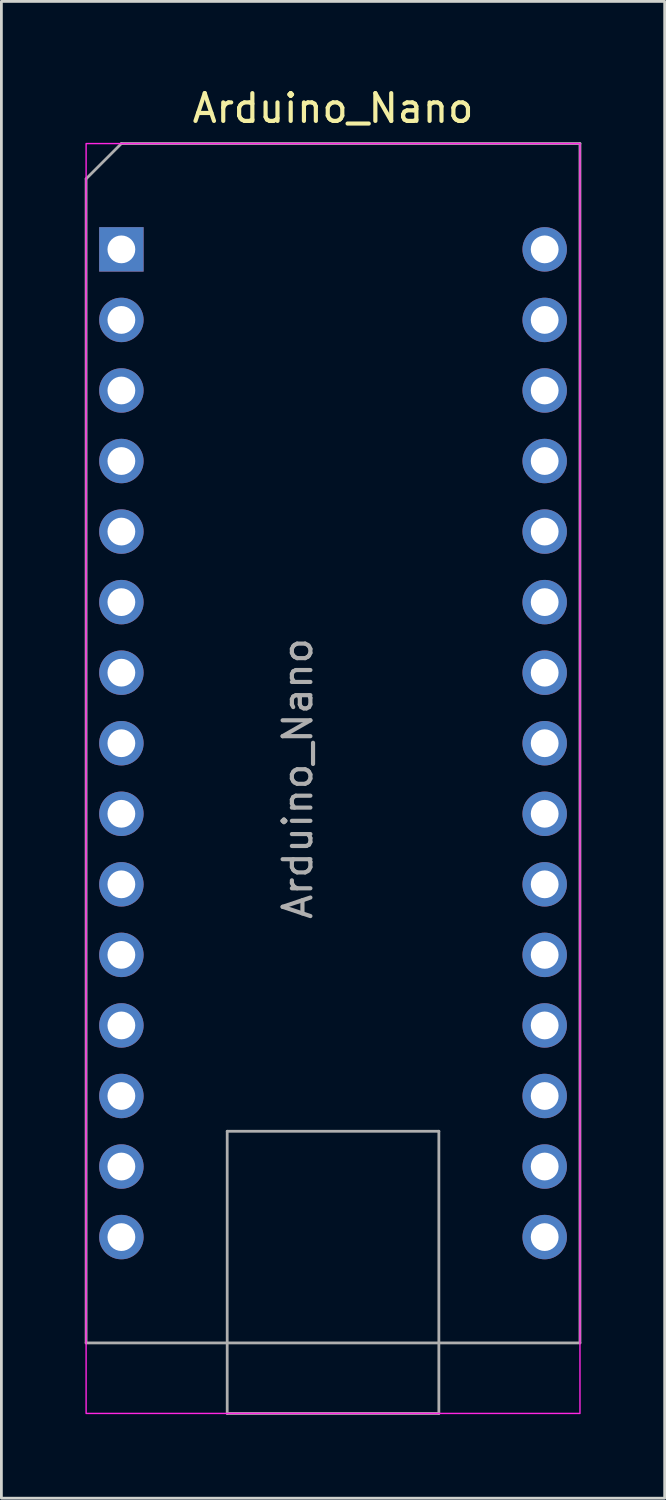
<source format=kicad_pcb>
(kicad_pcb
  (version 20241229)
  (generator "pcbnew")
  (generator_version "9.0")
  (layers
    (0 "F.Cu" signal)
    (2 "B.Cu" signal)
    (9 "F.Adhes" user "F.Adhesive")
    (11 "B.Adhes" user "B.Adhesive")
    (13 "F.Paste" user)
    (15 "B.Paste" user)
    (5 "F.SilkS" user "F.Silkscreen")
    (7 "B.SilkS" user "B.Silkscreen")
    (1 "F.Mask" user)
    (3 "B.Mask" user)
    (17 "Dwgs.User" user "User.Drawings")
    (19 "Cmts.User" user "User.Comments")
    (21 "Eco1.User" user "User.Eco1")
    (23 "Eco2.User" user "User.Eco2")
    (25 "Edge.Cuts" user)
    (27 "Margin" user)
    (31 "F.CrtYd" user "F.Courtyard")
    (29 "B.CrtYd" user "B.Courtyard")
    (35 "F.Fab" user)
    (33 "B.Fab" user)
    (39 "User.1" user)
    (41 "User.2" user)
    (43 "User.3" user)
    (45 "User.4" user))
  (footprint "Arduino_Nano"
    (layer "F.Cu")
    (at 1.32 5.928)
    (property "Reference" "Arduino_Nano" (at 7.62 -5.08 0) (layer "F.SilkS") (effects (font (size 1 1) (thickness 0.15))))
    (attr through_hole)
    (fp_rect (start -1.27 -3.81) (end 16.51 41.91) (stroke (width 0.05) (type solid)) (fill no) (layer "F.CrtYd"))
    (fp_line (start -1.27 -2.54) (end 0 -3.81) (stroke (width 0.1) (type solid)) (layer "F.Fab"))
    (fp_line (start -1.27 39.37) (end -1.27 -2.54) (stroke (width 0.1) (type solid)) (layer "F.Fab"))
    (fp_line (start 0 -3.81) (end 16.51 -3.81) (stroke (width 0.1) (type solid)) (layer "F.Fab"))
    (fp_line (start 3.81 31.75) (end 11.43 31.75) (stroke (width 0.1) (type solid)) (layer "F.Fab"))
    (fp_line (start 3.81 41.91) (end 3.81 31.75) (stroke (width 0.1) (type solid)) (layer "F.Fab"))
    (fp_line (start 11.43 31.75) (end 11.43 41.91) (stroke (width 0.1) (type solid)) (layer "F.Fab"))
    (fp_line (start 11.43 41.91) (end 3.81 41.91) (stroke (width 0.1) (type solid)) (layer "F.Fab"))
    (fp_line (start 16.51 -3.81) (end 16.51 39.37) (stroke (width 0.1) (type solid)) (layer "F.Fab"))
    (fp_line (start 16.51 39.37) (end -1.27 39.37) (stroke (width 0.1) (type solid)) (layer "F.Fab"))
    (fp_text user "${REFERENCE}" (at 6.35 19.05 90) (layer "F.Fab") (effects (font (size 1 1) (thickness 0.15))))
    (pad "1" thru_hole rect (at 0 0) (size 1.6 1.6) (drill 1) (layers "*.Cu" "*.Mask"))
    (pad "2" thru_hole oval (at 0 2.54) (size 1.6 1.6) (drill 1) (layers "*.Cu" "*.Mask"))
    (pad "3" thru_hole oval (at 0 5.08) (size 1.6 1.6) (drill 1) (layers "*.Cu" "*.Mask"))
    (pad "4" thru_hole oval (at 0 7.62) (size 1.6 1.6) (drill 1) (layers "*.Cu" "*.Mask"))
    (pad "5" thru_hole oval (at 0 10.16) (size 1.6 1.6) (drill 1) (layers "*.Cu" "*.Mask"))
    (pad "6" thru_hole oval (at 0 12.7) (size 1.6 1.6) (drill 1) (layers "*.Cu" "*.Mask"))
    (pad "7" thru_hole oval (at 0 15.24) (size 1.6 1.6) (drill 1) (layers "*.Cu" "*.Mask"))
    (pad "8" thru_hole oval (at 0 17.78) (size 1.6 1.6) (drill 1) (layers "*.Cu" "*.Mask"))
    (pad "9" thru_hole oval (at 0 20.32) (size 1.6 1.6) (drill 1) (layers "*.Cu" "*.Mask"))
    (pad "10" thru_hole oval (at 0 22.86) (size 1.6 1.6) (drill 1) (layers "*.Cu" "*.Mask"))
    (pad "11" thru_hole oval (at 0 25.4) (size 1.6 1.6) (drill 1) (layers "*.Cu" "*.Mask"))
    (pad "12" thru_hole oval (at 0 27.94) (size 1.6 1.6) (drill 1) (layers "*.Cu" "*.Mask"))
    (pad "13" thru_hole oval (at 0 30.48) (size 1.6 1.6) (drill 1) (layers "*.Cu" "*.Mask"))
    (pad "14" thru_hole oval (at 0 33.02) (size 1.6 1.6) (drill 1) (layers "*.Cu" "*.Mask"))
    (pad "15" thru_hole oval (at 0 35.56) (size 1.6 1.6) (drill 1) (layers "*.Cu" "*.Mask"))
    (pad "16" thru_hole oval (at 15.24 35.56) (size 1.6 1.6) (drill 1) (layers "*.Cu" "*.Mask"))
    (pad "17" thru_hole oval (at 15.24 33.02) (size 1.6 1.6) (drill 1) (layers "*.Cu" "*.Mask"))
    (pad "18" thru_hole oval (at 15.24 30.48) (size 1.6 1.6) (drill 1) (layers "*.Cu" "*.Mask"))
    (pad "19" thru_hole oval (at 15.24 27.94) (size 1.6 1.6) (drill 1) (layers "*.Cu" "*.Mask"))
    (pad "20" thru_hole oval (at 15.24 25.4) (size 1.6 1.6) (drill 1) (layers "*.Cu" "*.Mask"))
    (pad "21" thru_hole oval (at 15.24 22.86) (size 1.6 1.6) (drill 1) (layers "*.Cu" "*.Mask"))
    (pad "22" thru_hole oval (at 15.24 20.32) (size 1.6 1.6) (drill 1) (layers "*.Cu" "*.Mask"))
    (pad "23" thru_hole oval (at 15.24 17.78) (size 1.6 1.6) (drill 1) (layers "*.Cu" "*.Mask"))
    (pad "24" thru_hole oval (at 15.24 15.24) (size 1.6 1.6) (drill 1) (layers "*.Cu" "*.Mask"))
    (pad "25" thru_hole oval (at 15.24 12.7) (size 1.6 1.6) (drill 1) (layers "*.Cu" "*.Mask"))
    (pad "26" thru_hole oval (at 15.24 10.16) (size 1.6 1.6) (drill 1) (layers "*.Cu" "*.Mask"))
    (pad "27" thru_hole oval (at 15.24 7.62) (size 1.6 1.6) (drill 1) (layers "*.Cu" "*.Mask"))
    (pad "28" thru_hole oval (at 15.24 5.08) (size 1.6 1.6) (drill 1) (layers "*.Cu" "*.Mask"))
    (pad "29" thru_hole oval (at 15.24 2.54) (size 1.6 1.6) (drill 1) (layers "*.Cu" "*.Mask"))
    (pad "30" thru_hole oval (at 15.24 0) (size 1.6 1.6) (drill 1) (layers "*.Cu" "*.Mask")))
  (gr_rect
    (start -3 -3)
    (end 20.88 50.888)
    (stroke (width 0.1) (type default))
    (fill no)
    (layer "Edge.Cuts")))
</source>
